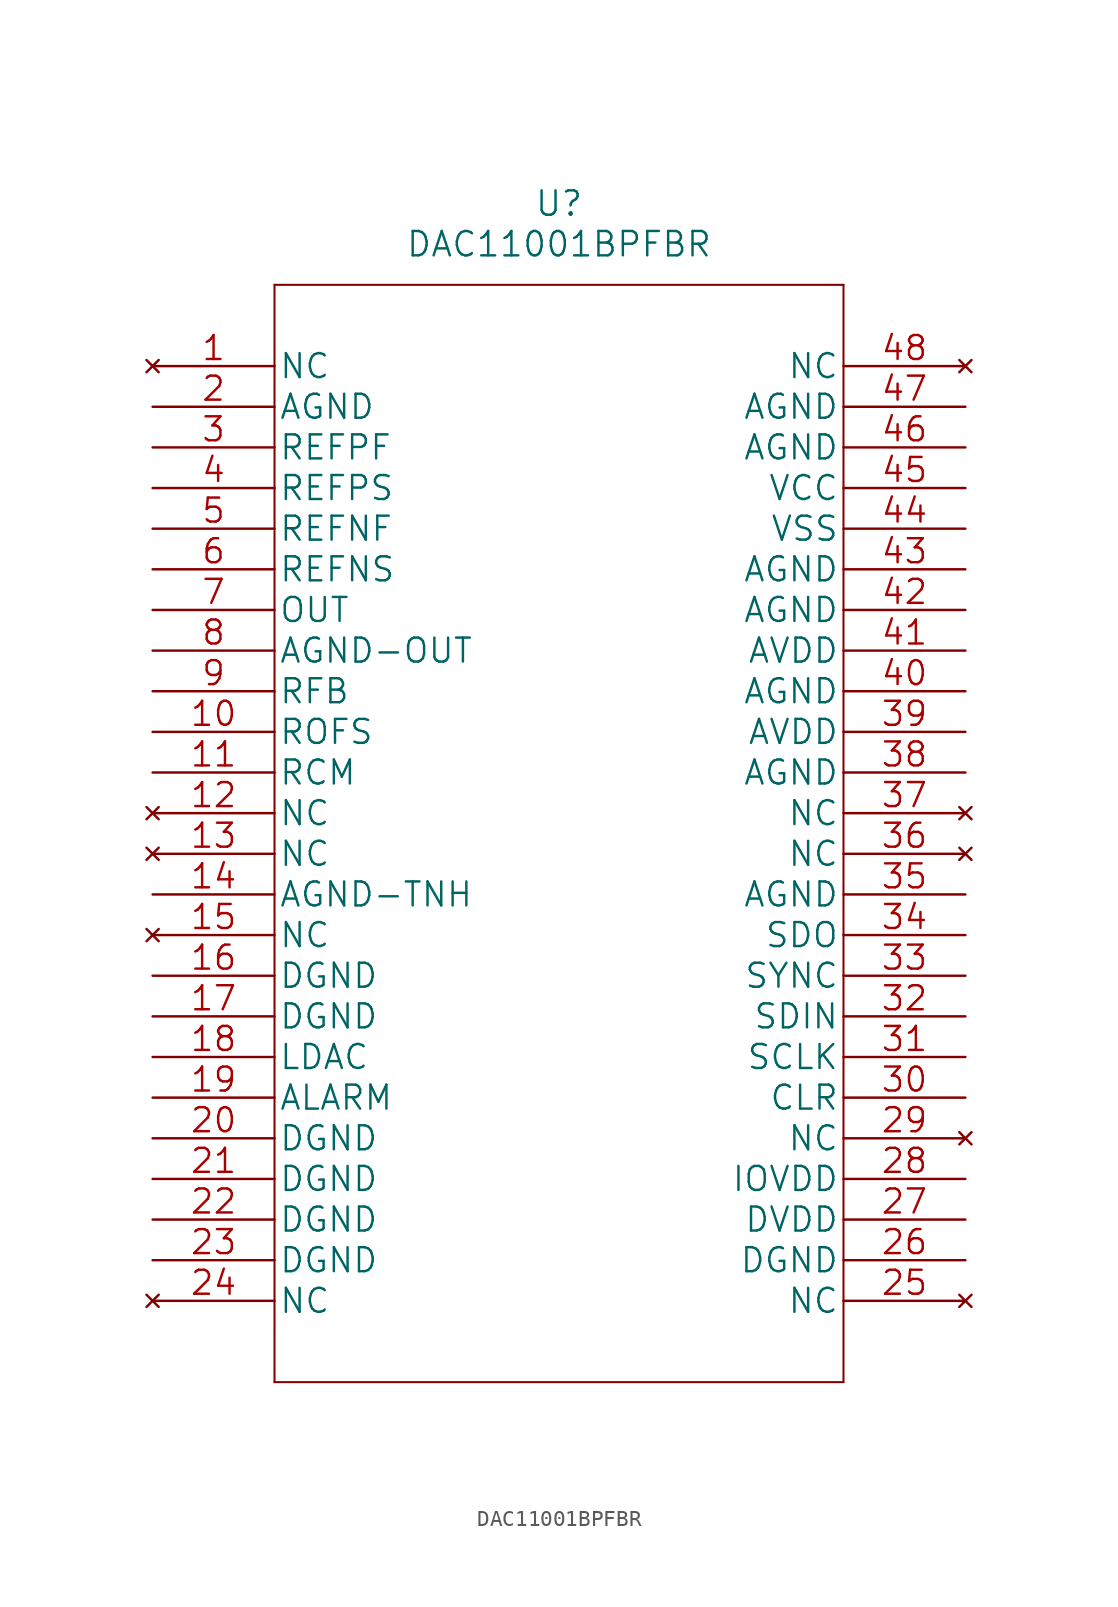
<source format=kicad_sym>
(kicad_symbol_lib
  (version 20211014)
  (generator kicad_symbol_editor)
  (symbol "DAC11001BPFBR"
    (pin_names
      (offset 0.254))
    (property "Reference" "U"
      (at 25.4 10.16 0)
      (effects (font (size 1.524 1.524))))
    (property "Value" "DAC11001BPFBR"
      (at 25.4 7.62 0)
      (effects (font (size 1.524 1.524))))
    (property "Datasheet" ""
      (at 0 0 0)
      (effects (font (size 1.524 1.524))))
    (property "ki_locked" ""
      (at 0 0 0)
      (effects (font (size 1.27 1.27))))
    (symbol "DAC11001BPFBR_1_1"
      (polyline (pts (xy 7.62 -63.5) (xy 43.18 -63.5)) (stroke (width 0.127) (type default) (color 0 0 0 0)) (fill (type none)))
      (polyline (pts (xy 7.62 5.08) (xy 7.62 -63.5)) (stroke (width 0.127) (type default) (color 0 0 0 0)) (fill (type none)))
      (polyline (pts (xy 43.18 -63.5) (xy 43.18 5.08)) (stroke (width 0.127) (type default) (color 0 0 0 0)) (fill (type none)))
      (polyline (pts (xy 43.18 5.08) (xy 7.62 5.08)) (stroke (width 0.127) (type default) (color 0 0 0 0)) (fill (type none)))
      (pin no_connect line (at 0 0 0) (length 7.62) (name "NC" (effects (font (size 1.499 1.499)))) (number "1" (effects (font (size 1.499 1.499)))))
      (pin input line (at 0 -22.86 0) (length 7.62) (name "ROFS" (effects (font (size 1.499 1.499)))) (number "10" (effects (font (size 1.499 1.499)))))
      (pin input line (at 0 -25.4 0) (length 7.62) (name "RCM" (effects (font (size 1.499 1.499)))) (number "11" (effects (font (size 1.499 1.499)))))
      (pin no_connect line (at 0 -27.94 0) (length 7.62) (name "NC" (effects (font (size 1.499 1.499)))) (number "12" (effects (font (size 1.499 1.499)))))
      (pin no_connect line (at 0 -30.48 0) (length 7.62) (name "NC" (effects (font (size 1.499 1.499)))) (number "13" (effects (font (size 1.499 1.499)))))
      (pin power_in line (at 0 -33.02 0) (length 7.62) (name "AGND-TNH" (effects (font (size 1.499 1.499)))) (number "14" (effects (font (size 1.499 1.499)))))
      (pin no_connect line (at 0 -35.56 0) (length 7.62) (name "NC" (effects (font (size 1.499 1.499)))) (number "15" (effects (font (size 1.499 1.499)))))
      (pin power_in line (at 0 -38.1 0) (length 7.62) (name "DGND" (effects (font (size 1.499 1.499)))) (number "16" (effects (font (size 1.499 1.499)))))
      (pin power_in line (at 0 -40.64 0) (length 7.62) (name "DGND" (effects (font (size 1.499 1.499)))) (number "17" (effects (font (size 1.499 1.499)))))
      (pin input line (at 0 -43.18 0) (length 7.62) (name "LDAC" (effects (font (size 1.499 1.499)))) (number "18" (effects (font (size 1.499 1.499)))))
      (pin output line (at 0 -45.72 0) (length 7.62) (name "ALARM" (effects (font (size 1.499 1.499)))) (number "19" (effects (font (size 1.499 1.499)))))
      (pin power_in line (at 0 -2.54 0) (length 7.62) (name "AGND" (effects (font (size 1.499 1.499)))) (number "2" (effects (font (size 1.499 1.499)))))
      (pin power_in line (at 0 -48.26 0) (length 7.62) (name "DGND" (effects (font (size 1.499 1.499)))) (number "20" (effects (font (size 1.499 1.499)))))
      (pin power_in line (at 0 -50.8 0) (length 7.62) (name "DGND" (effects (font (size 1.499 1.499)))) (number "21" (effects (font (size 1.499 1.499)))))
      (pin power_in line (at 0 -53.34 0) (length 7.62) (name "DGND" (effects (font (size 1.499 1.499)))) (number "22" (effects (font (size 1.499 1.499)))))
      (pin power_in line (at 0 -55.88 0) (length 7.62) (name "DGND" (effects (font (size 1.499 1.499)))) (number "23" (effects (font (size 1.499 1.499)))))
      (pin no_connect line (at 0 -58.42 0) (length 7.62) (name "NC" (effects (font (size 1.499 1.499)))) (number "24" (effects (font (size 1.499 1.499)))))
      (pin no_connect line (at 50.8 -58.42 180) (length 7.62) (name "NC" (effects (font (size 1.499 1.499)))) (number "25" (effects (font (size 1.499 1.499)))))
      (pin power_in line (at 50.8 -55.88 180) (length 7.62) (name "DGND" (effects (font (size 1.499 1.499)))) (number "26" (effects (font (size 1.499 1.499)))))
      (pin power_in line (at 50.8 -53.34 180) (length 7.62) (name "DVDD" (effects (font (size 1.499 1.499)))) (number "27" (effects (font (size 1.499 1.499)))))
      (pin power_in line (at 50.8 -50.8 180) (length 7.62) (name "IOVDD" (effects (font (size 1.499 1.499)))) (number "28" (effects (font (size 1.499 1.499)))))
      (pin no_connect line (at 50.8 -48.26 180) (length 7.62) (name "NC" (effects (font (size 1.499 1.499)))) (number "29" (effects (font (size 1.499 1.499)))))
      (pin input line (at 0 -5.08 0) (length 7.62) (name "REFPF" (effects (font (size 1.499 1.499)))) (number "3" (effects (font (size 1.499 1.499)))))
      (pin input line (at 50.8 -45.72 180) (length 7.62) (name "CLR" (effects (font (size 1.499 1.499)))) (number "30" (effects (font (size 1.499 1.499)))))
      (pin input line (at 50.8 -43.18 180) (length 7.62) (name "SCLK" (effects (font (size 1.499 1.499)))) (number "31" (effects (font (size 1.499 1.499)))))
      (pin input line (at 50.8 -40.64 180) (length 7.62) (name "SDIN" (effects (font (size 1.499 1.499)))) (number "32" (effects (font (size 1.499 1.499)))))
      (pin input line (at 50.8 -38.1 180) (length 7.62) (name "SYNC" (effects (font (size 1.499 1.499)))) (number "33" (effects (font (size 1.499 1.499)))))
      (pin output line (at 50.8 -35.56 180) (length 7.62) (name "SDO" (effects (font (size 1.499 1.499)))) (number "34" (effects (font (size 1.499 1.499)))))
      (pin power_in line (at 50.8 -33.02 180) (length 7.62) (name "AGND" (effects (font (size 1.499 1.499)))) (number "35" (effects (font (size 1.499 1.499)))))
      (pin no_connect line (at 50.8 -30.48 180) (length 7.62) (name "NC" (effects (font (size 1.499 1.499)))) (number "36" (effects (font (size 1.499 1.499)))))
      (pin no_connect line (at 50.8 -27.94 180) (length 7.62) (name "NC" (effects (font (size 1.499 1.499)))) (number "37" (effects (font (size 1.499 1.499)))))
      (pin power_in line (at 50.8 -25.4 180) (length 7.62) (name "AGND" (effects (font (size 1.499 1.499)))) (number "38" (effects (font (size 1.499 1.499)))))
      (pin power_in line (at 50.8 -22.86 180) (length 7.62) (name "AVDD" (effects (font (size 1.499 1.499)))) (number "39" (effects (font (size 1.499 1.499)))))
      (pin input line (at 0 -7.62 0) (length 7.62) (name "REFPS" (effects (font (size 1.499 1.499)))) (number "4" (effects (font (size 1.499 1.499)))))
      (pin power_in line (at 50.8 -20.32 180) (length 7.62) (name "AGND" (effects (font (size 1.499 1.499)))) (number "40" (effects (font (size 1.499 1.499)))))
      (pin power_in line (at 50.8 -17.78 180) (length 7.62) (name "AVDD" (effects (font (size 1.499 1.499)))) (number "41" (effects (font (size 1.499 1.499)))))
      (pin power_in line (at 50.8 -15.24 180) (length 7.62) (name "AGND" (effects (font (size 1.499 1.499)))) (number "42" (effects (font (size 1.499 1.499)))))
      (pin power_in line (at 50.8 -12.7 180) (length 7.62) (name "AGND" (effects (font (size 1.499 1.499)))) (number "43" (effects (font (size 1.499 1.499)))))
      (pin power_in line (at 50.8 -10.16 180) (length 7.62) (name "VSS" (effects (font (size 1.499 1.499)))) (number "44" (effects (font (size 1.499 1.499)))))
      (pin power_in line (at 50.8 -7.62 180) (length 7.62) (name "VCC" (effects (font (size 1.499 1.499)))) (number "45" (effects (font (size 1.499 1.499)))))
      (pin power_in line (at 50.8 -5.08 180) (length 7.62) (name "AGND" (effects (font (size 1.499 1.499)))) (number "46" (effects (font (size 1.499 1.499)))))
      (pin power_in line (at 50.8 -2.54 180) (length 7.62) (name "AGND" (effects (font (size 1.499 1.499)))) (number "47" (effects (font (size 1.499 1.499)))))
      (pin no_connect line (at 50.8 0 180) (length 7.62) (name "NC" (effects (font (size 1.499 1.499)))) (number "48" (effects (font (size 1.499 1.499)))))
      (pin input line (at 0 -10.16 0) (length 7.62) (name "REFNF" (effects (font (size 1.499 1.499)))) (number "5" (effects (font (size 1.499 1.499)))))
      (pin input line (at 0 -12.7 0) (length 7.62) (name "REFNS" (effects (font (size 1.499 1.499)))) (number "6" (effects (font (size 1.499 1.499)))))
      (pin output line (at 0 -15.24 0) (length 7.62) (name "OUT" (effects (font (size 1.499 1.499)))) (number "7" (effects (font (size 1.499 1.499)))))
      (pin power_in line (at 0 -17.78 0) (length 7.62) (name "AGND-OUT" (effects (font (size 1.499 1.499)))) (number "8" (effects (font (size 1.499 1.499)))))
      (pin input line (at 0 -20.32 0) (length 7.62) (name "RFB" (effects (font (size 1.499 1.499)))) (number "9" (effects (font (size 1.499 1.499))))))))
</source>
